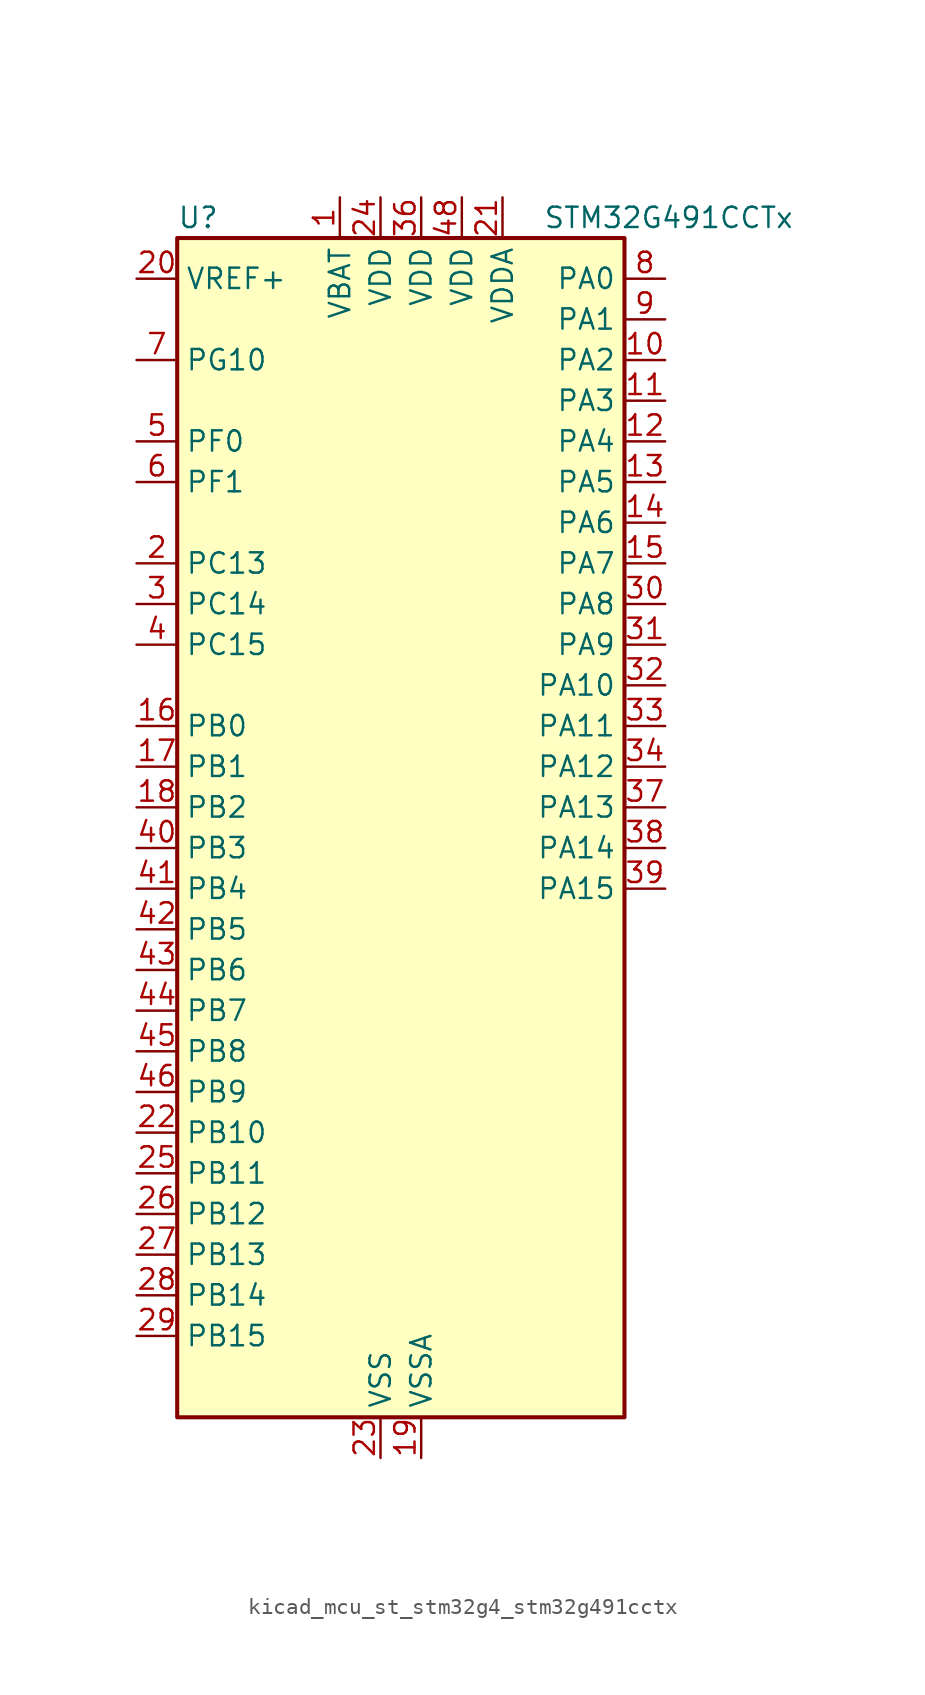
<source format=kicad_sym>
(kicad_symbol_lib
  (version 20220914)
  (generator kicad_symbol_editor)
  (symbol "kicad_mcu_st_stm32g4_stm32g491cctx"
    (property "Reference" "U"
      (at -12.7 39.37 0)
      (effects (font (size 1.27 1.27)) (justify left)))
    (property "Value" "STM32G491CCTx"
      (at 10.16 39.37 0)
      (effects (font (size 1.27 1.27)) (justify left)))
    (property "ki_locked" ""
      (at 0 0 0)
      (effects (font (size 1.27 1.27))))
    (symbol "kicad_mcu_st_stm32g4_stm32g491cctx_0_1"
      (rectangle (start -12.7 -35.56) (end 15.24 38.1) (stroke (width 0.254) (type default)) (fill (type background))))
    (symbol "kicad_mcu_st_stm32g4_stm32g491cctx_1_1"
      (pin power_in line (at -2.54 40.64 270) (length 2.54) (name "VBAT" (effects (font (size 1.27 1.27)))) (number "1" (effects (font (size 1.27 1.27)))))
      (pin bidirectional line (at 17.78 30.48 180) (length 2.54) (name "PA2" (effects (font (size 1.27 1.27)))) (number "10" (effects (font (size 1.27 1.27)))) (alternate "ADC1_IN3" bidirectional line) (alternate "ADC3_EXTI2" bidirectional line) (alternate "COMP2_INM" bidirectional line) (alternate "COMP2_OUT" bidirectional line) (alternate "LPUART1_TX" bidirectional line) (alternate "OPAMP1_VOUT" bidirectional line) (alternate "QUADSPI1_BK1_NCS" bidirectional line) (alternate "RCC_LSCO" bidirectional line) (alternate "SYS_WKUP4" bidirectional line) (alternate "TIM15_CH1" bidirectional line) (alternate "TIM2_CH3" bidirectional line) (alternate "UCPD1_FRSTX1" bidirectional line) (alternate "UCPD1_FRSTX2" bidirectional line) (alternate "USART2_TX" bidirectional line))
      (pin bidirectional line (at 17.78 27.94 180) (length 2.54) (name "PA3" (effects (font (size 1.27 1.27)))) (number "11" (effects (font (size 1.27 1.27)))) (alternate "ADC1_IN4" bidirectional line) (alternate "ADC3_EXTI3" bidirectional line) (alternate "COMP2_INP" bidirectional line) (alternate "LPUART1_RX" bidirectional line) (alternate "OPAMP1_VINM" bidirectional line) (alternate "OPAMP1_VINM0" bidirectional line) (alternate "OPAMP1_VINM_SEC" bidirectional line) (alternate "OPAMP1_VINP" bidirectional line) (alternate "OPAMP1_VINP_SEC" bidirectional line) (alternate "QUADSPI1_CLK" bidirectional line) (alternate "SAI1_CK1" bidirectional line) (alternate "SAI1_MCLK_A" bidirectional line) (alternate "TIM15_CH2" bidirectional line) (alternate "TIM2_CH4" bidirectional line) (alternate "USART2_RX" bidirectional line))
      (pin bidirectional line (at 17.78 25.4 180) (length 2.54) (name "PA4" (effects (font (size 1.27 1.27)))) (number "12" (effects (font (size 1.27 1.27)))) (alternate "ADC2_IN17" bidirectional line) (alternate "COMP1_INM" bidirectional line) (alternate "DAC1_OUT1" bidirectional line) (alternate "I2S3_WS" bidirectional line) (alternate "SAI1_FS_B" bidirectional line) (alternate "SPI1_NSS" bidirectional line) (alternate "SPI3_NSS" bidirectional line) (alternate "TIM3_CH2" bidirectional line) (alternate "USART2_CK" bidirectional line))
      (pin bidirectional line (at 17.78 22.86 180) (length 2.54) (name "PA5" (effects (font (size 1.27 1.27)))) (number "13" (effects (font (size 1.27 1.27)))) (alternate "ADC2_IN13" bidirectional line) (alternate "COMP2_INM" bidirectional line) (alternate "DAC1_OUT2" bidirectional line) (alternate "OPAMP2_VINM" bidirectional line) (alternate "OPAMP2_VINM0" bidirectional line) (alternate "OPAMP2_VINM_SEC" bidirectional line) (alternate "SPI1_SCK" bidirectional line) (alternate "TIM2_CH1" bidirectional line) (alternate "TIM2_ETR" bidirectional line) (alternate "UCPD1_FRSTX1" bidirectional line) (alternate "UCPD1_FRSTX2" bidirectional line))
      (pin bidirectional line (at 17.78 20.32 180) (length 2.54) (name "PA6" (effects (font (size 1.27 1.27)))) (number "14" (effects (font (size 1.27 1.27)))) (alternate "ADC2_IN3" bidirectional line) (alternate "COMP1_OUT" bidirectional line) (alternate "LPUART1_CTS" bidirectional line) (alternate "OPAMP2_VOUT" bidirectional line) (alternate "QUADSPI1_BK1_IO3" bidirectional line) (alternate "SPI1_MISO" bidirectional line) (alternate "TIM16_CH1" bidirectional line) (alternate "TIM1_BKIN" bidirectional line) (alternate "TIM3_CH1" bidirectional line) (alternate "TIM8_BKIN" bidirectional line))
      (pin bidirectional line (at 17.78 17.78 180) (length 2.54) (name "PA7" (effects (font (size 1.27 1.27)))) (number "15" (effects (font (size 1.27 1.27)))) (alternate "ADC2_IN4" bidirectional line) (alternate "COMP2_INP" bidirectional line) (alternate "COMP2_OUT" bidirectional line) (alternate "OPAMP1_VINP" bidirectional line) (alternate "OPAMP1_VINP_SEC" bidirectional line) (alternate "OPAMP2_VINP" bidirectional line) (alternate "OPAMP2_VINP_SEC" bidirectional line) (alternate "QUADSPI1_BK1_IO2" bidirectional line) (alternate "SPI1_MOSI" bidirectional line) (alternate "TIM17_CH1" bidirectional line) (alternate "TIM1_CH1N" bidirectional line) (alternate "TIM3_CH2" bidirectional line) (alternate "TIM8_CH1N" bidirectional line) (alternate "UCPD1_FRSTX1" bidirectional line) (alternate "UCPD1_FRSTX2" bidirectional line))
      (pin bidirectional line (at -15.24 7.62 0) (length 2.54) (name "PB0" (effects (font (size 1.27 1.27)))) (number "16" (effects (font (size 1.27 1.27)))) (alternate "ADC1_IN15" bidirectional line) (alternate "ADC3_IN12" bidirectional line) (alternate "COMP4_INP" bidirectional line) (alternate "OPAMP2_VINP" bidirectional line) (alternate "OPAMP2_VINP_SEC" bidirectional line) (alternate "OPAMP3_VINP" bidirectional line) (alternate "OPAMP3_VINP_SEC" bidirectional line) (alternate "QUADSPI1_BK1_IO1" bidirectional line) (alternate "TIM1_CH2N" bidirectional line) (alternate "TIM3_CH3" bidirectional line) (alternate "TIM8_CH2N" bidirectional line) (alternate "UCPD1_FRSTX1" bidirectional line) (alternate "UCPD1_FRSTX2" bidirectional line))
      (pin bidirectional line (at -15.24 5.08 0) (length 2.54) (name "PB1" (effects (font (size 1.27 1.27)))) (number "17" (effects (font (size 1.27 1.27)))) (alternate "ADC1_IN12" bidirectional line) (alternate "ADC3_IN1" bidirectional line) (alternate "COMP1_INP" bidirectional line) (alternate "COMP4_OUT" bidirectional line) (alternate "LPUART1_DE" bidirectional line) (alternate "LPUART1_RTS" bidirectional line) (alternate "OPAMP3_VOUT" bidirectional line) (alternate "OPAMP6_VINM" bidirectional line) (alternate "OPAMP6_VINM1" bidirectional line) (alternate "OPAMP6_VINM_SEC" bidirectional line) (alternate "QUADSPI1_BK1_IO0" bidirectional line) (alternate "TIM1_CH3N" bidirectional line) (alternate "TIM3_CH4" bidirectional line) (alternate "TIM8_CH3N" bidirectional line))
      (pin bidirectional line (at -15.24 2.54 0) (length 2.54) (name "PB2" (effects (font (size 1.27 1.27)))) (number "18" (effects (font (size 1.27 1.27)))) (alternate "ADC2_IN12" bidirectional line) (alternate "ADC3_EXTI2" bidirectional line) (alternate "COMP4_INM" bidirectional line) (alternate "I2C3_SMBA" bidirectional line) (alternate "LPTIM1_OUT" bidirectional line) (alternate "OPAMP3_VINM" bidirectional line) (alternate "OPAMP3_VINM0" bidirectional line) (alternate "OPAMP3_VINM_SEC" bidirectional line) (alternate "QUADSPI1_BK2_IO1" bidirectional line) (alternate "RTC_OUT2" bidirectional line) (alternate "TIM20_CH1" bidirectional line))
      (pin power_in line (at 2.54 -38.1 90) (length 2.54) (name "VSSA" (effects (font (size 1.27 1.27)))) (number "19" (effects (font (size 1.27 1.27)))))
      (pin bidirectional line (at -15.24 17.78 0) (length 2.54) (name "PC13" (effects (font (size 1.27 1.27)))) (number "2" (effects (font (size 1.27 1.27)))) (alternate "RTC_OUT1" bidirectional line) (alternate "RTC_TAMP1" bidirectional line) (alternate "RTC_TS" bidirectional line) (alternate "SYS_WKUP2" bidirectional line) (alternate "TIM1_BKIN" bidirectional line) (alternate "TIM1_CH1N" bidirectional line) (alternate "TIM8_CH4N" bidirectional line))
      (pin input line (at -15.24 35.56 0) (length 2.54) (name "VREF+" (effects (font (size 1.27 1.27)))) (number "20" (effects (font (size 1.27 1.27)))) (alternate "VREFBUF_OUT" bidirectional line))
      (pin power_in line (at 7.62 40.64 270) (length 2.54) (name "VDDA" (effects (font (size 1.27 1.27)))) (number "21" (effects (font (size 1.27 1.27)))))
      (pin bidirectional line (at -15.24 -17.78 0) (length 2.54) (name "PB10" (effects (font (size 1.27 1.27)))) (number "22" (effects (font (size 1.27 1.27)))) (alternate "DAC1_EXTI10" bidirectional line) (alternate "DAC3_EXTI10" bidirectional line) (alternate "LPUART1_RX" bidirectional line) (alternate "OPAMP3_VINM" bidirectional line) (alternate "OPAMP3_VINM1" bidirectional line) (alternate "OPAMP3_VINM_SEC" bidirectional line) (alternate "QUADSPI1_CLK" bidirectional line) (alternate "SAI1_SCK_A" bidirectional line) (alternate "TIM1_BKIN" bidirectional line) (alternate "TIM2_CH3" bidirectional line) (alternate "USART3_TX" bidirectional line))
      (pin power_in line (at 0 -38.1 90) (length 2.54) (name "VSS" (effects (font (size 1.27 1.27)))) (number "23" (effects (font (size 1.27 1.27)))))
      (pin power_in line (at 0 40.64 270) (length 2.54) (name "VDD" (effects (font (size 1.27 1.27)))) (number "24" (effects (font (size 1.27 1.27)))))
      (pin bidirectional line (at -15.24 -20.32 0) (length 2.54) (name "PB11" (effects (font (size 1.27 1.27)))) (number "25" (effects (font (size 1.27 1.27)))) (alternate "ADC1_EXTI11" bidirectional line) (alternate "ADC1_IN14" bidirectional line) (alternate "ADC2_EXTI11" bidirectional line) (alternate "ADC2_IN14" bidirectional line) (alternate "LPUART1_TX" bidirectional line) (alternate "OPAMP6_VOUT" bidirectional line) (alternate "QUADSPI1_BK1_NCS" bidirectional line) (alternate "TIM2_CH4" bidirectional line) (alternate "USART3_RX" bidirectional line))
      (pin bidirectional line (at -15.24 -22.86 0) (length 2.54) (name "PB12" (effects (font (size 1.27 1.27)))) (number "26" (effects (font (size 1.27 1.27)))) (alternate "ADC1_IN11" bidirectional line) (alternate "FDCAN2_RX" bidirectional line) (alternate "I2C2_SMBA" bidirectional line) (alternate "I2S2_WS" bidirectional line) (alternate "LPUART1_DE" bidirectional line) (alternate "LPUART1_RTS" bidirectional line) (alternate "OPAMP6_VINP" bidirectional line) (alternate "OPAMP6_VINP_SEC" bidirectional line) (alternate "SPI2_NSS" bidirectional line) (alternate "TIM1_BKIN" bidirectional line) (alternate "USART3_CK" bidirectional line))
      (pin bidirectional line (at -15.24 -25.4 0) (length 2.54) (name "PB13" (effects (font (size 1.27 1.27)))) (number "27" (effects (font (size 1.27 1.27)))) (alternate "ADC3_IN5" bidirectional line) (alternate "FDCAN2_TX" bidirectional line) (alternate "I2S2_CK" bidirectional line) (alternate "LPUART1_CTS" bidirectional line) (alternate "OPAMP3_VINP" bidirectional line) (alternate "OPAMP3_VINP_SEC" bidirectional line) (alternate "OPAMP6_VINP" bidirectional line) (alternate "OPAMP6_VINP_SEC" bidirectional line) (alternate "SPI2_SCK" bidirectional line) (alternate "TIM1_CH1N" bidirectional line) (alternate "USART3_CTS" bidirectional line) (alternate "USART3_NSS" bidirectional line))
      (pin bidirectional line (at -15.24 -27.94 0) (length 2.54) (name "PB14" (effects (font (size 1.27 1.27)))) (number "28" (effects (font (size 1.27 1.27)))) (alternate "ADC1_IN5" bidirectional line) (alternate "COMP4_OUT" bidirectional line) (alternate "OPAMP2_VINP" bidirectional line) (alternate "OPAMP2_VINP_SEC" bidirectional line) (alternate "SPI2_MISO" bidirectional line) (alternate "TIM15_CH1" bidirectional line) (alternate "TIM1_CH2N" bidirectional line) (alternate "USART3_DE" bidirectional line) (alternate "USART3_RTS" bidirectional line))
      (pin bidirectional line (at -15.24 -30.48 0) (length 2.54) (name "PB15" (effects (font (size 1.27 1.27)))) (number "29" (effects (font (size 1.27 1.27)))) (alternate "ADC1_EXTI15" bidirectional line) (alternate "ADC2_EXTI15" bidirectional line) (alternate "ADC2_IN15" bidirectional line) (alternate "COMP3_OUT" bidirectional line) (alternate "I2S2_SD" bidirectional line) (alternate "RTC_REFIN" bidirectional line) (alternate "SPI2_MOSI" bidirectional line) (alternate "TIM15_CH1N" bidirectional line) (alternate "TIM15_CH2" bidirectional line) (alternate "TIM1_CH3N" bidirectional line))
      (pin bidirectional line (at -15.24 15.24 0) (length 2.54) (name "PC14" (effects (font (size 1.27 1.27)))) (number "3" (effects (font (size 1.27 1.27)))) (alternate "RCC_OSC32_IN" bidirectional line))
      (pin bidirectional line (at 17.78 15.24 180) (length 2.54) (name "PA8" (effects (font (size 1.27 1.27)))) (number "30" (effects (font (size 1.27 1.27)))) (alternate "I2C2_SDA" bidirectional line) (alternate "I2C3_SCL" bidirectional line) (alternate "I2S2_MCK" bidirectional line) (alternate "RCC_MCO" bidirectional line) (alternate "SAI1_CK2" bidirectional line) (alternate "SAI1_SCK_A" bidirectional line) (alternate "TIM1_CH1" bidirectional line) (alternate "TIM4_ETR" bidirectional line) (alternate "USART1_CK" bidirectional line))
      (pin bidirectional line (at 17.78 12.7 180) (length 2.54) (name "PA9" (effects (font (size 1.27 1.27)))) (number "31" (effects (font (size 1.27 1.27)))) (alternate "DAC1_EXTI9" bidirectional line) (alternate "DAC3_EXTI9" bidirectional line) (alternate "I2C2_SCL" bidirectional line) (alternate "I2C3_SMBA" bidirectional line) (alternate "I2S3_MCK" bidirectional line) (alternate "SAI1_FS_A" bidirectional line) (alternate "TIM15_BKIN" bidirectional line) (alternate "TIM1_CH2" bidirectional line) (alternate "TIM2_CH3" bidirectional line) (alternate "UCPD1_DBCC1" bidirectional line) (alternate "USART1_TX" bidirectional line))
      (pin bidirectional line (at 17.78 10.16 180) (length 2.54) (name "PA10" (effects (font (size 1.27 1.27)))) (number "32" (effects (font (size 1.27 1.27)))) (alternate "CRS_SYNC" bidirectional line) (alternate "DAC1_EXTI10" bidirectional line) (alternate "DAC3_EXTI10" bidirectional line) (alternate "I2C2_SMBA" bidirectional line) (alternate "SAI1_D1" bidirectional line) (alternate "SAI1_SD_A" bidirectional line) (alternate "SPI2_MISO" bidirectional line) (alternate "TIM17_BKIN" bidirectional line) (alternate "TIM1_CH3" bidirectional line) (alternate "TIM2_CH4" bidirectional line) (alternate "TIM8_BKIN" bidirectional line) (alternate "UCPD1_DBCC2" bidirectional line) (alternate "USART1_RX" bidirectional line))
      (pin bidirectional line (at 17.78 7.62 180) (length 2.54) (name "PA11" (effects (font (size 1.27 1.27)))) (number "33" (effects (font (size 1.27 1.27)))) (alternate "ADC1_EXTI11" bidirectional line) (alternate "ADC2_EXTI11" bidirectional line) (alternate "COMP1_OUT" bidirectional line) (alternate "FDCAN1_RX" bidirectional line) (alternate "I2S2_SD" bidirectional line) (alternate "SPI2_MOSI" bidirectional line) (alternate "TIM1_BKIN2" bidirectional line) (alternate "TIM1_CH1N" bidirectional line) (alternate "TIM1_CH4" bidirectional line) (alternate "TIM4_CH1" bidirectional line) (alternate "USART1_CTS" bidirectional line) (alternate "USART1_NSS" bidirectional line) (alternate "USB_DM" bidirectional line))
      (pin bidirectional line (at 17.78 5.08 180) (length 2.54) (name "PA12" (effects (font (size 1.27 1.27)))) (number "34" (effects (font (size 1.27 1.27)))) (alternate "COMP2_OUT" bidirectional line) (alternate "FDCAN1_TX" bidirectional line) (alternate "I2S_CKIN" bidirectional line) (alternate "TIM16_CH1" bidirectional line) (alternate "TIM1_CH2N" bidirectional line) (alternate "TIM1_ETR" bidirectional line) (alternate "TIM4_CH2" bidirectional line) (alternate "USART1_DE" bidirectional line) (alternate "USART1_RTS" bidirectional line) (alternate "USB_DP" bidirectional line))
      (pin passive line (at 0 -38.1 90) (length 2.54) hide (name "VSS" (effects (font (size 1.27 1.27)))) (number "35" (effects (font (size 1.27 1.27)))))
      (pin power_in line (at 2.54 40.64 270) (length 2.54) (name "VDD" (effects (font (size 1.27 1.27)))) (number "36" (effects (font (size 1.27 1.27)))))
      (pin bidirectional line (at 17.78 2.54 180) (length 2.54) (name "PA13" (effects (font (size 1.27 1.27)))) (number "37" (effects (font (size 1.27 1.27)))) (alternate "I2C1_SCL" bidirectional line) (alternate "IR_OUT" bidirectional line) (alternate "SAI1_SD_B" bidirectional line) (alternate "SYS_JTMS-SWDIO" bidirectional line) (alternate "TIM16_CH1N" bidirectional line) (alternate "TIM4_CH3" bidirectional line) (alternate "USART3_CTS" bidirectional line) (alternate "USART3_NSS" bidirectional line))
      (pin bidirectional line (at 17.78 0 180) (length 2.54) (name "PA14" (effects (font (size 1.27 1.27)))) (number "38" (effects (font (size 1.27 1.27)))) (alternate "I2C1_SDA" bidirectional line) (alternate "LPTIM1_OUT" bidirectional line) (alternate "SAI1_FS_B" bidirectional line) (alternate "SYS_JTCK-SWCLK" bidirectional line) (alternate "TIM1_BKIN" bidirectional line) (alternate "TIM8_CH2" bidirectional line) (alternate "USART2_TX" bidirectional line))
      (pin bidirectional line (at 17.78 -2.54 180) (length 2.54) (name "PA15" (effects (font (size 1.27 1.27)))) (number "39" (effects (font (size 1.27 1.27)))) (alternate "ADC1_EXTI15" bidirectional line) (alternate "ADC2_EXTI15" bidirectional line) (alternate "I2C1_SCL" bidirectional line) (alternate "I2S3_WS" bidirectional line) (alternate "SPI1_NSS" bidirectional line) (alternate "SPI3_NSS" bidirectional line) (alternate "SYS_JTDI" bidirectional line) (alternate "TIM1_BKIN" bidirectional line) (alternate "TIM20_ETR" bidirectional line) (alternate "TIM2_CH1" bidirectional line) (alternate "TIM2_ETR" bidirectional line) (alternate "TIM8_CH1" bidirectional line) (alternate "USART2_RX" bidirectional line))
      (pin bidirectional line (at -15.24 12.7 0) (length 2.54) (name "PC15" (effects (font (size 1.27 1.27)))) (number "4" (effects (font (size 1.27 1.27)))) (alternate "ADC1_EXTI15" bidirectional line) (alternate "ADC2_EXTI15" bidirectional line) (alternate "RCC_OSC32_OUT" bidirectional line))
      (pin bidirectional line (at -15.24 0 0) (length 2.54) (name "PB3" (effects (font (size 1.27 1.27)))) (number "40" (effects (font (size 1.27 1.27)))) (alternate "ADC3_EXTI3" bidirectional line) (alternate "CRS_SYNC" bidirectional line) (alternate "I2S3_CK" bidirectional line) (alternate "SAI1_SCK_B" bidirectional line) (alternate "SPI1_SCK" bidirectional line) (alternate "SPI3_SCK" bidirectional line) (alternate "SYS_JTDO-SWO" bidirectional line) (alternate "TIM2_CH2" bidirectional line) (alternate "TIM3_ETR" bidirectional line) (alternate "TIM4_ETR" bidirectional line) (alternate "TIM8_CH1N" bidirectional line) (alternate "USART2_TX" bidirectional line))
      (pin bidirectional line (at -15.24 -2.54 0) (length 2.54) (name "PB4" (effects (font (size 1.27 1.27)))) (number "41" (effects (font (size 1.27 1.27)))) (alternate "SAI1_MCLK_B" bidirectional line) (alternate "SPI1_MISO" bidirectional line) (alternate "SPI3_MISO" bidirectional line) (alternate "SYS_JTRST" bidirectional line) (alternate "TIM16_CH1" bidirectional line) (alternate "TIM17_BKIN" bidirectional line) (alternate "TIM3_CH1" bidirectional line) (alternate "TIM8_CH2N" bidirectional line) (alternate "UCPD1_CC2" bidirectional line) (alternate "USART2_RX" bidirectional line))
      (pin bidirectional line (at -15.24 -5.08 0) (length 2.54) (name "PB5" (effects (font (size 1.27 1.27)))) (number "42" (effects (font (size 1.27 1.27)))) (alternate "FDCAN2_RX" bidirectional line) (alternate "I2C1_SMBA" bidirectional line) (alternate "I2C3_SDA" bidirectional line) (alternate "I2S3_SD" bidirectional line) (alternate "LPTIM1_IN1" bidirectional line) (alternate "SAI1_SD_B" bidirectional line) (alternate "SPI1_MOSI" bidirectional line) (alternate "SPI3_MOSI" bidirectional line) (alternate "TIM16_BKIN" bidirectional line) (alternate "TIM17_CH1" bidirectional line) (alternate "TIM3_CH2" bidirectional line) (alternate "TIM8_CH3N" bidirectional line) (alternate "USART2_CK" bidirectional line))
      (pin bidirectional line (at -15.24 -7.62 0) (length 2.54) (name "PB6" (effects (font (size 1.27 1.27)))) (number "43" (effects (font (size 1.27 1.27)))) (alternate "COMP4_OUT" bidirectional line) (alternate "FDCAN2_TX" bidirectional line) (alternate "LPTIM1_ETR" bidirectional line) (alternate "SAI1_FS_B" bidirectional line) (alternate "TIM16_CH1N" bidirectional line) (alternate "TIM4_CH1" bidirectional line) (alternate "TIM8_BKIN2" bidirectional line) (alternate "TIM8_CH1" bidirectional line) (alternate "TIM8_ETR" bidirectional line) (alternate "UCPD1_CC1" bidirectional line) (alternate "USART1_TX" bidirectional line))
      (pin bidirectional line (at -15.24 -10.16 0) (length 2.54) (name "PB7" (effects (font (size 1.27 1.27)))) (number "44" (effects (font (size 1.27 1.27)))) (alternate "COMP3_OUT" bidirectional line) (alternate "I2C1_SDA" bidirectional line) (alternate "LPTIM1_IN2" bidirectional line) (alternate "SYS_PVD_IN" bidirectional line) (alternate "TIM17_CH1N" bidirectional line) (alternate "TIM3_CH4" bidirectional line) (alternate "TIM4_CH2" bidirectional line) (alternate "TIM8_BKIN" bidirectional line) (alternate "USART1_RX" bidirectional line))
      (pin bidirectional line (at -15.24 -12.7 0) (length 2.54) (name "PB8" (effects (font (size 1.27 1.27)))) (number "45" (effects (font (size 1.27 1.27)))) (alternate "COMP1_OUT" bidirectional line) (alternate "FDCAN1_RX" bidirectional line) (alternate "I2C1_SCL" bidirectional line) (alternate "SAI1_CK1" bidirectional line) (alternate "SAI1_MCLK_A" bidirectional line) (alternate "TIM16_CH1" bidirectional line) (alternate "TIM1_BKIN" bidirectional line) (alternate "TIM4_CH3" bidirectional line) (alternate "TIM8_CH2" bidirectional line) (alternate "USART3_RX" bidirectional line))
      (pin bidirectional line (at -15.24 -15.24 0) (length 2.54) (name "PB9" (effects (font (size 1.27 1.27)))) (number "46" (effects (font (size 1.27 1.27)))) (alternate "COMP2_OUT" bidirectional line) (alternate "DAC1_EXTI9" bidirectional line) (alternate "DAC3_EXTI9" bidirectional line) (alternate "FDCAN1_TX" bidirectional line) (alternate "I2C1_SDA" bidirectional line) (alternate "IR_OUT" bidirectional line) (alternate "SAI1_D2" bidirectional line) (alternate "SAI1_FS_A" bidirectional line) (alternate "TIM17_CH1" bidirectional line) (alternate "TIM1_CH3N" bidirectional line) (alternate "TIM4_CH4" bidirectional line) (alternate "TIM8_CH3" bidirectional line) (alternate "USART3_TX" bidirectional line))
      (pin passive line (at 0 -38.1 90) (length 2.54) hide (name "VSS" (effects (font (size 1.27 1.27)))) (number "47" (effects (font (size 1.27 1.27)))))
      (pin power_in line (at 5.08 40.64 270) (length 2.54) (name "VDD" (effects (font (size 1.27 1.27)))) (number "48" (effects (font (size 1.27 1.27)))))
      (pin bidirectional line (at -15.24 25.4 0) (length 2.54) (name "PF0" (effects (font (size 1.27 1.27)))) (number "5" (effects (font (size 1.27 1.27)))) (alternate "ADC1_IN10" bidirectional line) (alternate "I2C2_SDA" bidirectional line) (alternate "I2S2_WS" bidirectional line) (alternate "RCC_OSC_IN" bidirectional line) (alternate "SPI2_NSS" bidirectional line) (alternate "TIM1_CH3N" bidirectional line))
      (pin bidirectional line (at -15.24 22.86 0) (length 2.54) (name "PF1" (effects (font (size 1.27 1.27)))) (number "6" (effects (font (size 1.27 1.27)))) (alternate "ADC2_IN10" bidirectional line) (alternate "COMP3_INM" bidirectional line) (alternate "I2S2_CK" bidirectional line) (alternate "RCC_OSC_OUT" bidirectional line) (alternate "SPI2_SCK" bidirectional line))
      (pin bidirectional line (at -15.24 30.48 0) (length 2.54) (name "PG10" (effects (font (size 1.27 1.27)))) (number "7" (effects (font (size 1.27 1.27)))) (alternate "DAC1_EXTI10" bidirectional line) (alternate "DAC3_EXTI10" bidirectional line) (alternate "RCC_MCO" bidirectional line))
      (pin bidirectional line (at 17.78 35.56 180) (length 2.54) (name "PA0" (effects (font (size 1.27 1.27)))) (number "8" (effects (font (size 1.27 1.27)))) (alternate "ADC1_IN1" bidirectional line) (alternate "ADC2_IN1" bidirectional line) (alternate "COMP1_INM" bidirectional line) (alternate "COMP1_OUT" bidirectional line) (alternate "COMP3_INP" bidirectional line) (alternate "RTC_TAMP2" bidirectional line) (alternate "SYS_WKUP1" bidirectional line) (alternate "TIM2_CH1" bidirectional line) (alternate "TIM2_ETR" bidirectional line) (alternate "TIM8_BKIN" bidirectional line) (alternate "TIM8_ETR" bidirectional line) (alternate "USART2_CTS" bidirectional line) (alternate "USART2_NSS" bidirectional line))
      (pin bidirectional line (at 17.78 33.02 180) (length 2.54) (name "PA1" (effects (font (size 1.27 1.27)))) (number "9" (effects (font (size 1.27 1.27)))) (alternate "ADC1_IN2" bidirectional line) (alternate "ADC2_IN2" bidirectional line) (alternate "COMP1_INP" bidirectional line) (alternate "OPAMP1_VINP" bidirectional line) (alternate "OPAMP1_VINP_SEC" bidirectional line) (alternate "OPAMP3_VINP" bidirectional line) (alternate "OPAMP3_VINP_SEC" bidirectional line) (alternate "OPAMP6_VINM" bidirectional line) (alternate "OPAMP6_VINM0" bidirectional line) (alternate "OPAMP6_VINM_SEC" bidirectional line) (alternate "RTC_REFIN" bidirectional line) (alternate "TIM15_CH1N" bidirectional line) (alternate "TIM2_CH2" bidirectional line) (alternate "USART2_DE" bidirectional line) (alternate "USART2_RTS" bidirectional line)))))
</source>
